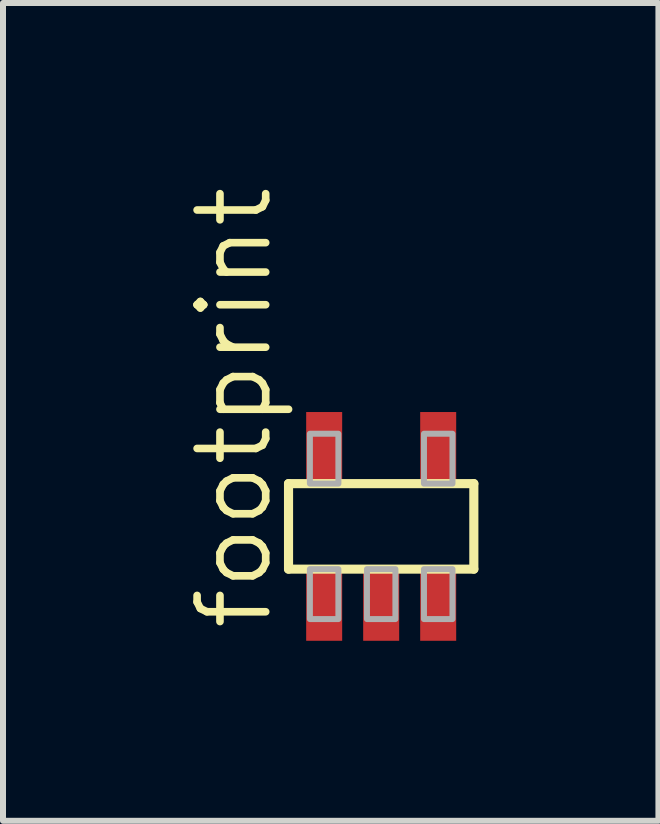
<source format=kicad_pcb>
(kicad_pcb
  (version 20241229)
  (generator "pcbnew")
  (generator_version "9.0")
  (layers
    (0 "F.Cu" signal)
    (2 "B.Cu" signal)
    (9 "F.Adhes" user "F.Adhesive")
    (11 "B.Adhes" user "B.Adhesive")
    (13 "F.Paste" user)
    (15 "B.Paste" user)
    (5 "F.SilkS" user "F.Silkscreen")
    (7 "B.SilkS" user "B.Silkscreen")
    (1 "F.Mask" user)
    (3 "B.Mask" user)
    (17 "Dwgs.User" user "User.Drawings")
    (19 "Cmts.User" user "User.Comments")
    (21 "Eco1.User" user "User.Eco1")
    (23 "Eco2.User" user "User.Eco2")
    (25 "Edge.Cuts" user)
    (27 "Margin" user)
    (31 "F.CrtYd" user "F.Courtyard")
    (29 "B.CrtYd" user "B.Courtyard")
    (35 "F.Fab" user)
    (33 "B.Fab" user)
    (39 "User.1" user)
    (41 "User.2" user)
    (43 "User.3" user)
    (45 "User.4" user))
  (footprint "footprint"
    (layer "F.Cu")
    (at 3.302 5.722)
    (property "Reference" "footprint" (at -1.778 1.778 90) (layer "F.SilkS") (effects (font (size 1.143 1.143) (thickness 0.127)) (justify left bottom)))
    (fp_line (start -1.544 -0.713) (end 1.544 -0.713) (stroke (width 0.152) (type solid)) (layer "F.SilkS"))
    (fp_line (start -1.544 0.712) (end -1.544 -0.713) (stroke (width 0.152) (type solid)) (layer "F.SilkS"))
    (fp_line (start 1.544 -0.713) (end 1.544 0.712) (stroke (width 0.152) (type solid)) (layer "F.SilkS"))
    (fp_line (start 1.544 0.712) (end -1.544 0.712) (stroke (width 0.152) (type solid)) (layer "F.SilkS"))
    (fp_poly (pts (xy -1.188 -0.713) (xy -0.713 -0.713) (xy -0.713 -1.544) (xy -1.188 -1.544)) (stroke (width 0.1) (type solid)) (fill no) (layer "F.Fab"))
    (fp_poly (pts (xy -1.188 1.544) (xy -0.713 1.544) (xy -0.713 0.712) (xy -1.188 0.712)) (stroke (width 0.1) (type solid)) (fill no) (layer "F.Fab"))
    (fp_poly (pts (xy -0.237 1.544) (xy 0.237 1.544) (xy 0.237 0.712) (xy -0.237 0.712)) (stroke (width 0.1) (type solid)) (fill no) (layer "F.Fab"))
    (fp_poly (pts (xy 0.713 -0.713) (xy 1.188 -0.713) (xy 1.188 -1.544) (xy 0.713 -1.544)) (stroke (width 0.1) (type solid)) (fill no) (layer "F.Fab"))
    (fp_poly (pts (xy 0.713 1.544) (xy 1.188 1.544) (xy 1.188 0.712) (xy 0.713 0.712)) (stroke (width 0.1) (type solid)) (fill no) (layer "F.Fab"))
    (pad "1" smd rect (at -0.95 1.306) (size 0.6 1.2) (layers "F.Cu" "F.Mask" "F.Paste"))
    (pad "2" smd rect (at 0 1.306) (size 0.6 1.2) (layers "F.Cu" "F.Mask" "F.Paste"))
    (pad "3" smd rect (at 0.95 1.306) (size 0.6 1.2) (layers "F.Cu" "F.Mask" "F.Paste"))
    (pad "4" smd rect (at 0.95 -1.306) (size 0.6 1.2) (layers "F.Cu" "F.Mask" "F.Paste"))
    (pad "5" smd rect (at -0.95 -1.306) (size 0.6 1.2) (layers "F.Cu" "F.Mask" "F.Paste")))
  (gr_rect
    (start -3 -3)
    (end 7.922 10.628)
    (stroke (width 0.1) (type default))
    (fill no)
    (layer "Edge.Cuts")))
</source>
